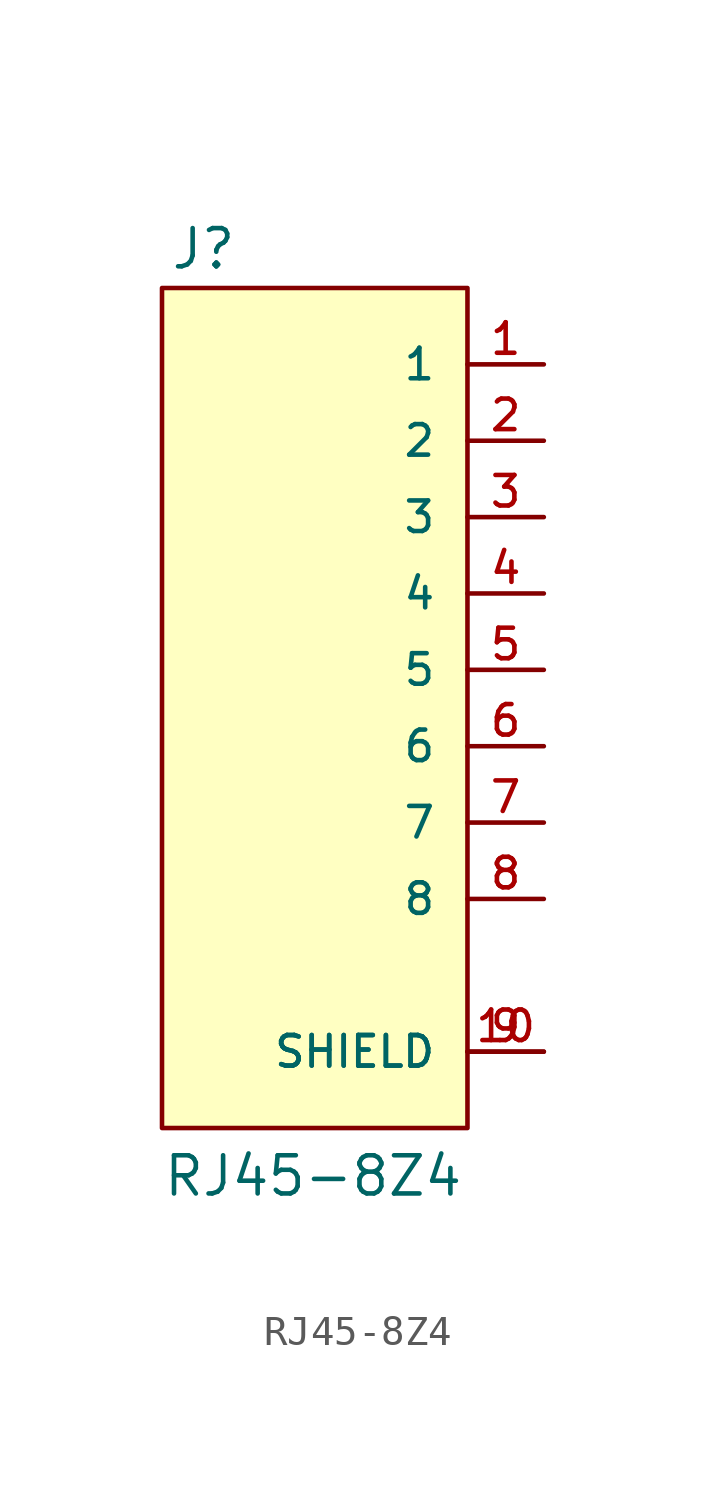
<source format=kicad_sym>
(kicad_symbol_lib
  (version 20211014)
  (generator kicad_symbol_editor)
  (symbol "RJ45-8Z4"
    (pin_names
      (offset 1.016))
    (property "Reference" "J"
      (at -4.826 15.799 0)
      (effects (font (size 1.27 1.27)) (justify bottom left)))
    (property "Value" "RJ45-8Z4"
      (at -5.083 -15.039 0)
      (effects (font (size 1.27 1.27)) (justify bottom left)))
    (symbol "RJ45-8Z4_0_0"
      (rectangle (start -5.08 -12.7) (end 5.08 15.24) (stroke (width 0.152)) (fill (type background)))
      (pin passive line (at 7.62 12.7 180.0) (length 2.54) (name "1" (effects (font (size 1.016 1.016)))) (number "1" (effects (font (size 1.016 1.016)))))
      (pin passive line (at 7.62 10.16 180.0) (length 2.54) (name "2" (effects (font (size 1.016 1.016)))) (number "2" (effects (font (size 1.016 1.016)))))
      (pin passive line (at 7.62 7.62 180.0) (length 2.54) (name "3" (effects (font (size 1.016 1.016)))) (number "3" (effects (font (size 1.016 1.016)))))
      (pin passive line (at 7.62 5.08 180.0) (length 2.54) (name "4" (effects (font (size 1.016 1.016)))) (number "4" (effects (font (size 1.016 1.016)))))
      (pin passive line (at 7.62 2.54 180.0) (length 2.54) (name "5" (effects (font (size 1.016 1.016)))) (number "5" (effects (font (size 1.016 1.016)))))
      (pin passive line (at 7.62 0.0 180.0) (length 2.54) (name "6" (effects (font (size 1.016 1.016)))) (number "6" (effects (font (size 1.016 1.016)))))
      (pin passive line (at 7.62 -2.54 180.0) (length 2.54) (name "7" (effects (font (size 1.016 1.016)))) (number "7" (effects (font (size 1.016 1.016)))))
      (pin passive line (at 7.62 -5.08 180.0) (length 2.54) (name "8" (effects (font (size 1.016 1.016)))) (number "8" (effects (font (size 1.016 1.016)))))
      (pin passive line (at 7.62 -10.16 180.0) (length 2.54) (name "SHIELD" (effects (font (size 1.016 1.016)))) (number "9" (effects (font (size 1.016 1.016)))))
      (pin passive line (at 7.62 -10.16 180.0) (length 2.54) (name "SHIELD" (effects (font (size 1.016 1.016)))) (number "10" (effects (font (size 1.016 1.016))))))))
</source>
